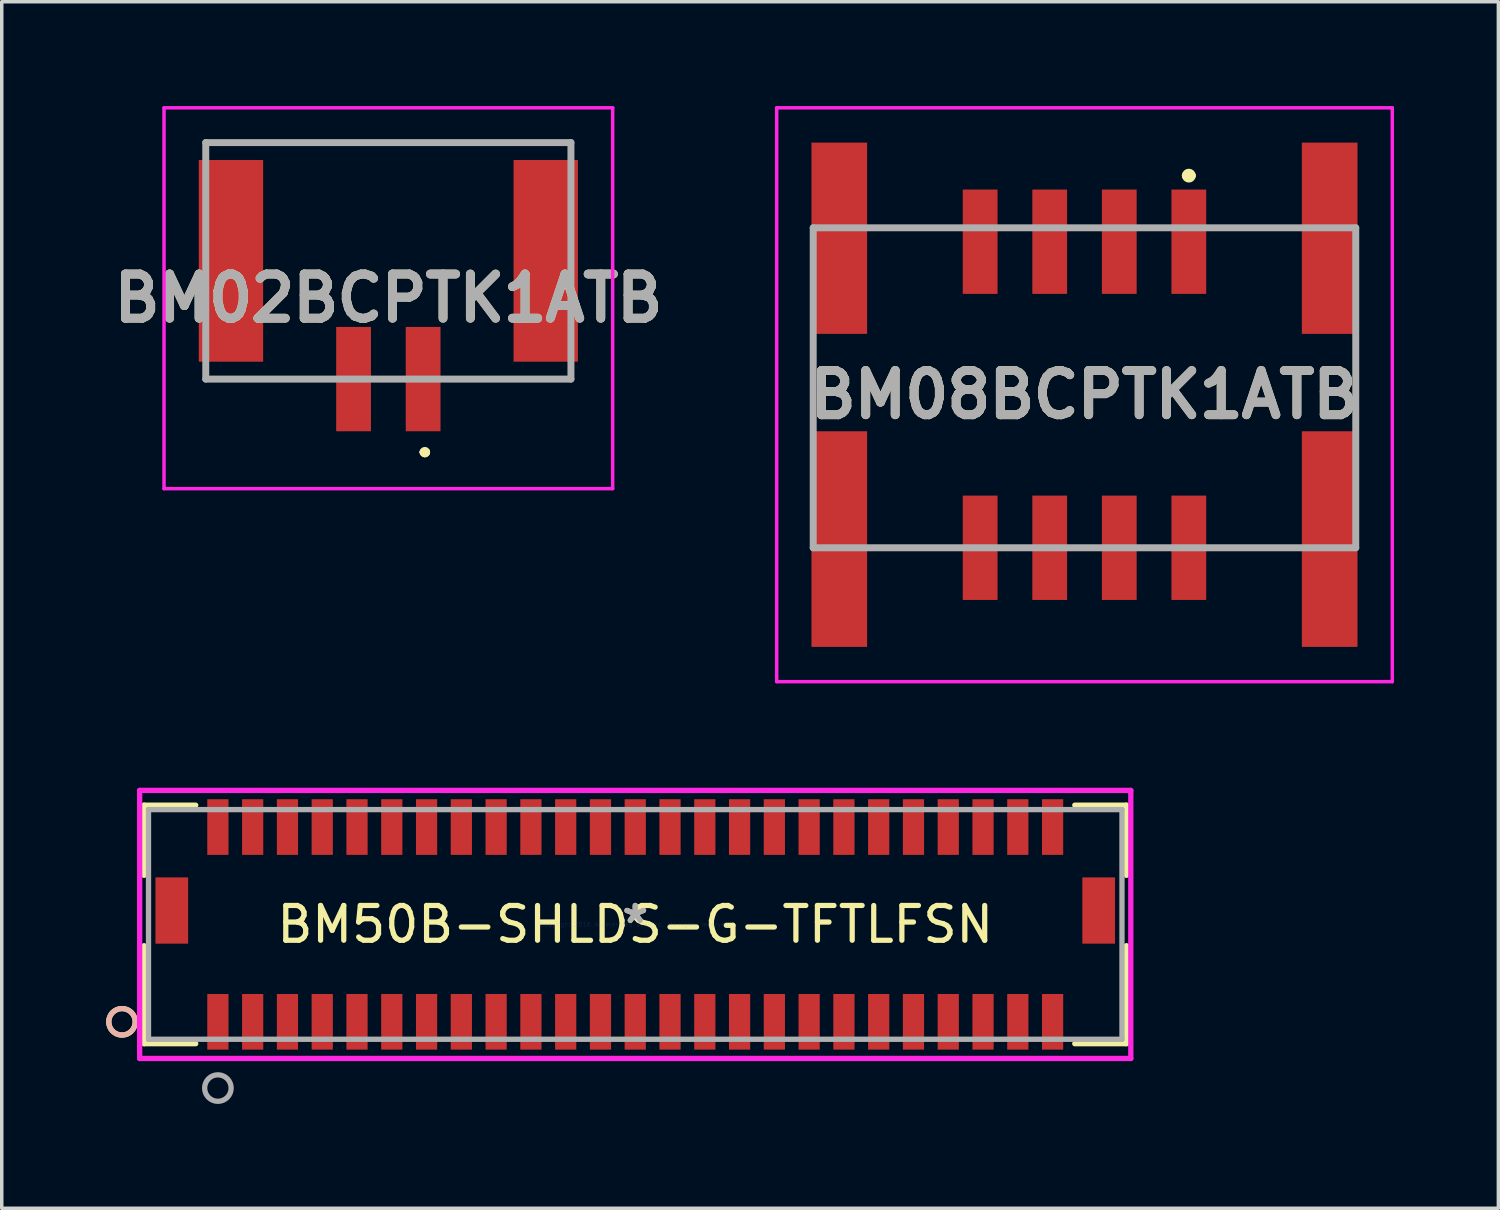
<source format=kicad_pcb>
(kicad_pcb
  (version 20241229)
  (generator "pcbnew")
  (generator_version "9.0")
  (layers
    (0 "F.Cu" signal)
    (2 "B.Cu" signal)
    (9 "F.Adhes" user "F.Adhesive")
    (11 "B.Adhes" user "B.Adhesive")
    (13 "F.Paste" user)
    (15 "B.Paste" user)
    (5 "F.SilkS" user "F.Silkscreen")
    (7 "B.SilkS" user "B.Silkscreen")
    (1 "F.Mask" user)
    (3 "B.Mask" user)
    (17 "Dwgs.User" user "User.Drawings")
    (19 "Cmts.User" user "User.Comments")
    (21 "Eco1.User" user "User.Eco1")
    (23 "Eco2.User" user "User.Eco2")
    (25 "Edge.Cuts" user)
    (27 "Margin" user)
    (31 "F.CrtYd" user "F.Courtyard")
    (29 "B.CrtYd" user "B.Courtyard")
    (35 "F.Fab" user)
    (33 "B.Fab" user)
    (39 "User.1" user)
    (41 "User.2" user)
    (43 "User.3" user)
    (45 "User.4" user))
  (footprint "BM02BCPTK1ATB"
    (layer "F.Cu")
    (at 8.116 4.45)
    (property "Reference" "BM02BCPTK1ATB" (at 0 1.075 0) (layer "F.SilkS") (effects (font (size 1.27 1.27) (thickness 0.254))))
    (attr smd)
    (fp_line (start -5.25 -3.4) (end -5.25 -3.4) (stroke (width 0.1) (type solid)) (layer "F.SilkS"))
    (fp_line (start -5.25 -3.4) (end 5.25 -3.4) (stroke (width 0.1) (type solid)) (layer "F.SilkS"))
    (fp_line (start -5.25 3.4) (end -5.25 3.4) (stroke (width 0.1) (type solid)) (layer "F.SilkS"))
    (fp_line (start -5.25 3.4) (end -2 3.4) (stroke (width 0.1) (type solid)) (layer "F.SilkS"))
    (fp_line (start -2 3.4) (end -5.25 3.4) (stroke (width 0.1) (type solid)) (layer "F.SilkS"))
    (fp_line (start -2 3.4) (end -2 3.4) (stroke (width 0.1) (type solid)) (layer "F.SilkS"))
    (fp_line (start 1 5.5) (end 1 5.5) (stroke (width 0.2) (type solid)) (layer "F.SilkS"))
    (fp_line (start 1 5.5) (end 1 5.5) (stroke (width 0.2) (type solid)) (layer "F.SilkS"))
    (fp_line (start 1.1 5.5) (end 1.1 5.5) (stroke (width 0.2) (type solid)) (layer "F.SilkS"))
    (fp_line (start 2 3.4) (end 2 3.4) (stroke (width 0.1) (type solid)) (layer "F.SilkS"))
    (fp_line (start 2 3.4) (end 5.25 3.4) (stroke (width 0.1) (type solid)) (layer "F.SilkS"))
    (fp_line (start 5.25 -3.4) (end -5.25 -3.4) (stroke (width 0.1) (type solid)) (layer "F.SilkS"))
    (fp_line (start 5.25 -3.4) (end 5.25 -3.4) (stroke (width 0.1) (type solid)) (layer "F.SilkS"))
    (fp_line (start 5.25 3.4) (end 2 3.4) (stroke (width 0.1) (type solid)) (layer "F.SilkS"))
    (fp_line (start 5.25 3.4) (end 5.25 3.4) (stroke (width 0.1) (type solid)) (layer "F.SilkS"))
    (fp_arc (start 1 5.5) (mid 1.05 5.45) (end 1.1 5.5) (stroke (width 0.2) (type solid)) (layer "F.SilkS"))
    (fp_arc (start 1.1 5.5) (mid 1.05 5.55) (end 1 5.5) (stroke (width 0.2) (type solid)) (layer "F.SilkS"))
    (fp_arc (start 1.1 5.5) (mid 1.05 5.55) (end 1 5.5) (stroke (width 0.2) (type solid)) (layer "F.SilkS"))
    (fp_line (start -6.45 -4.4) (end 6.45 -4.4) (stroke (width 0.1) (type solid)) (layer "F.CrtYd"))
    (fp_line (start -6.45 6.55) (end -6.45 -4.4) (stroke (width 0.1) (type solid)) (layer "F.CrtYd"))
    (fp_line (start 6.45 -4.4) (end 6.45 6.55) (stroke (width 0.1) (type solid)) (layer "F.CrtYd"))
    (fp_line (start 6.45 6.55) (end -6.45 6.55) (stroke (width 0.1) (type solid)) (layer "F.CrtYd"))
    (fp_line (start -5.25 -3.4) (end -5.25 3.4) (stroke (width 0.2) (type solid)) (layer "F.Fab"))
    (fp_line (start -5.25 3.4) (end 5.25 3.4) (stroke (width 0.2) (type solid)) (layer "F.Fab"))
    (fp_line (start 5.25 -3.4) (end -5.25 -3.4) (stroke (width 0.2) (type solid)) (layer "F.Fab"))
    (fp_line (start 5.25 3.4) (end 5.25 -3.4) (stroke (width 0.2) (type solid)) (layer "F.Fab"))
    (fp_text user "${REFERENCE}" (at 0 1.075 0) (layer "F.Fab") (effects (font (size 1.27 1.27) (thickness 0.254))))
    (pad "1" smd rect (at 1 3.4) (size 1 3) (layers "F.Cu" "F.Mask" "F.Paste"))
    (pad "2" smd rect (at -1 3.4) (size 1 3) (layers "F.Cu" "F.Mask" "F.Paste"))
    (pad "MP1" smd rect (at 4.525 0) (size 1.85 5.8) (layers "F.Cu" "F.Mask" "F.Paste"))
    (pad "MP2" smd rect (at -4.525 0) (size 1.85 5.8) (layers "F.Cu" "F.Mask" "F.Paste")))
  (footprint "BM08BCPTK1ATB"
    (layer "F.Cu")
    (at 28.132 8.3)
    (property "Reference" "BM08BCPTK1ATB" (at 0 0 0) (layer "F.SilkS") (effects (font (size 1.27 1.27) (thickness 0.254))))
    (attr smd)
    (fp_line (start -7.8 -1) (end -7.8 0.5) (stroke (width 0.1) (type solid)) (layer "F.SilkS"))
    (fp_line (start -6 -4.8) (end -4 -4.8) (stroke (width 0.1) (type solid)) (layer "F.SilkS"))
    (fp_line (start -6 4.4) (end -4 4.4) (stroke (width 0.1) (type solid)) (layer "F.SilkS"))
    (fp_line (start 2.9 -6.3) (end 2.9 -6.3) (stroke (width 0.2) (type solid)) (layer "F.SilkS"))
    (fp_line (start 3.1 -6.3) (end 3.1 -6.3) (stroke (width 0.2) (type solid)) (layer "F.SilkS"))
    (fp_line (start 4 -4.8) (end 6 -4.8) (stroke (width 0.1) (type solid)) (layer "F.SilkS"))
    (fp_line (start 4 4.4) (end 4 4.4) (stroke (width 0.1) (type solid)) (layer "F.SilkS"))
    (fp_line (start 4 4.4) (end 6 4.4) (stroke (width 0.1) (type solid)) (layer "F.SilkS"))
    (fp_line (start 7.8 -1) (end 7.8 0.5) (stroke (width 0.1) (type solid)) (layer "F.SilkS"))
    (fp_arc (start 2.9 -6.3) (mid 3 -6.4) (end 3.1 -6.3) (stroke (width 0.2) (type solid)) (layer "F.SilkS"))
    (fp_arc (start 3.1 -6.3) (mid 3 -6.2) (end 2.9 -6.3) (stroke (width 0.2) (type solid)) (layer "F.SilkS"))
    (fp_line (start -8.85 -8.25) (end 8.85 -8.25) (stroke (width 0.1) (type solid)) (layer "F.CrtYd"))
    (fp_line (start -8.85 8.25) (end -8.85 -8.25) (stroke (width 0.1) (type solid)) (layer "F.CrtYd"))
    (fp_line (start 8.85 -8.25) (end 8.85 8.25) (stroke (width 0.1) (type solid)) (layer "F.CrtYd"))
    (fp_line (start 8.85 8.25) (end -8.85 8.25) (stroke (width 0.1) (type solid)) (layer "F.CrtYd"))
    (fp_line (start -7.8 -4.8) (end 7.8 -4.8) (stroke (width 0.2) (type solid)) (layer "F.Fab"))
    (fp_line (start -7.8 4.4) (end -7.8 -4.8) (stroke (width 0.2) (type solid)) (layer "F.Fab"))
    (fp_line (start 7.8 -4.8) (end 7.8 4.4) (stroke (width 0.2) (type solid)) (layer "F.Fab"))
    (fp_line (start 7.8 4.4) (end -7.8 4.4) (stroke (width 0.2) (type solid)) (layer "F.Fab"))
    (fp_text user "${REFERENCE}" (at 0 0 0) (layer "F.Fab") (effects (font (size 1.27 1.27) (thickness 0.254))))
    (pad "1" smd rect (at 3 -4.4) (size 1 3) (layers "F.Cu" "F.Mask" "F.Paste"))
    (pad "2" smd rect (at 1 -4.4) (size 1 3) (layers "F.Cu" "F.Mask" "F.Paste"))
    (pad "3" smd rect (at -1 -4.4) (size 1 3) (layers "F.Cu" "F.Mask" "F.Paste"))
    (pad "4" smd rect (at -3 -4.4) (size 1 3) (layers "F.Cu" "F.Mask" "F.Paste"))
    (pad "5" smd rect (at 3 4.4) (size 1 3) (layers "F.Cu" "F.Mask" "F.Paste"))
    (pad "6" smd rect (at 1 4.4) (size 1 3) (layers "F.Cu" "F.Mask" "F.Paste"))
    (pad "7" smd rect (at -1 4.4) (size 1 3) (layers "F.Cu" "F.Mask" "F.Paste"))
    (pad "8" smd rect (at -3 4.4) (size 1 3) (layers "F.Cu" "F.Mask" "F.Paste"))
    (pad "9" smd rect (at -7.05 -4.5) (size 1.6 5.5) (layers "F.Cu" "F.Mask" "F.Paste"))
    (pad "10" smd rect (at -7.05 4.15) (size 1.6 6.2) (layers "F.Cu" "F.Mask" "F.Paste"))
    (pad "11" smd rect (at 7.05 -4.5) (size 1.6 5.5) (layers "F.Cu" "F.Mask" "F.Paste"))
    (pad "12" smd rect (at 7.05 4.15) (size 1.6 6.2) (layers "F.Cu" "F.Mask" "F.Paste")))
  (footprint "BM50B-SHLDS-G-TFTLFSN"
    (layer "F.Cu")
    (at 15.215 23.53)
    (property "Reference" "BM50B-SHLDS-G-TFTLFSN" (at 0 0 0) (layer "F.SilkS") (effects (font (size 1 1) (thickness 0.15))))
    (attr through_hole)
    (fp_line (start -14.122 -3.429) (end -14.122 -1.411) (stroke (width 0.152) (type solid)) (layer "F.SilkS"))
    (fp_line (start -14.122 0.611) (end -14.122 3.429) (stroke (width 0.152) (type solid)) (layer "F.SilkS"))
    (fp_line (start -14.122 3.429) (end -12.638 3.429) (stroke (width 0.152) (type solid)) (layer "F.SilkS"))
    (fp_line (start -12.638 -3.429) (end -14.122 -3.429) (stroke (width 0.152) (type solid)) (layer "F.SilkS"))
    (fp_line (start 12.638 3.429) (end 14.122 3.429) (stroke (width 0.152) (type solid)) (layer "F.SilkS"))
    (fp_line (start 14.122 -3.429) (end 12.638 -3.429) (stroke (width 0.152) (type solid)) (layer "F.SilkS"))
    (fp_line (start 14.122 -1.411) (end 14.122 -3.429) (stroke (width 0.152) (type solid)) (layer "F.SilkS"))
    (fp_line (start 14.122 3.429) (end 14.122 0.611) (stroke (width 0.152) (type solid)) (layer "F.SilkS"))
    (fp_circle (center -14.757 2.8) (end -14.376 2.8) (stroke (width 0.152) (type solid)) (fill no) (layer "F.SilkS"))
    (fp_circle (center -14.757 2.8) (end -14.376 2.8) (stroke (width 0.152) (type solid)) (fill no) (layer "B.SilkS"))
    (fp_line (start -14.249 -3.854) (end -14.249 3.854) (stroke (width 0.152) (type solid)) (layer "F.CrtYd"))
    (fp_line (start -14.249 3.854) (end 14.249 3.854) (stroke (width 0.152) (type solid)) (layer "F.CrtYd"))
    (fp_line (start 14.249 -3.854) (end -14.249 -3.854) (stroke (width 0.152) (type solid)) (layer "F.CrtYd"))
    (fp_line (start 14.249 3.854) (end 14.249 -3.854) (stroke (width 0.152) (type solid)) (layer "F.CrtYd"))
    (fp_line (start -13.995 -3.302) (end -13.995 3.302) (stroke (width 0.152) (type solid)) (layer "F.Fab"))
    (fp_line (start -13.995 3.302) (end 13.995 3.302) (stroke (width 0.152) (type solid)) (layer "F.Fab"))
    (fp_line (start 13.995 -3.302) (end -13.995 -3.302) (stroke (width 0.152) (type solid)) (layer "F.Fab"))
    (fp_line (start 13.995 3.302) (end 13.995 -3.302) (stroke (width 0.152) (type solid)) (layer "F.Fab"))
    (fp_circle (center -12 4.705) (end -11.619 4.705) (stroke (width 0.152) (type solid)) (fill no) (layer "F.Fab"))
    (fp_text user "*" (at 0 0 0) (layer "F.SilkS") (effects (font (size 1 1) (thickness 0.15))))
    (fp_text user "Copyright 2016 Accelerated Designs. All rights reserved." (at 0 0 0) (layer "Cmts.User") (effects (font (size 0.127 0.127) (thickness 0.002))))
    (fp_text user "*" (at 0 0 0) (layer "F.Fab") (effects (font (size 1 1) (thickness 0.15))))
    (pad "1" smd rect (at -12 2.8) (size 0.61 1.6) (layers "F.Cu" "F.Mask" "F.Paste"))
    (pad "2" smd rect (at -12 -2.8) (size 0.61 1.6) (layers "F.Cu" "F.Mask" "F.Paste"))
    (pad "3" smd rect (at -11 2.8) (size 0.61 1.6) (layers "F.Cu" "F.Mask" "F.Paste"))
    (pad "4" smd rect (at -11 -2.8) (size 0.61 1.6) (layers "F.Cu" "F.Mask" "F.Paste"))
    (pad "5" smd rect (at -10 2.8) (size 0.61 1.6) (layers "F.Cu" "F.Mask" "F.Paste"))
    (pad "6" smd rect (at -10 -2.8) (size 0.61 1.6) (layers "F.Cu" "F.Mask" "F.Paste"))
    (pad "7" smd rect (at -9 2.8) (size 0.61 1.6) (layers "F.Cu" "F.Mask" "F.Paste"))
    (pad "8" smd rect (at -9 -2.8) (size 0.61 1.6) (layers "F.Cu" "F.Mask" "F.Paste"))
    (pad "9" smd rect (at -8 2.8) (size 0.61 1.6) (layers "F.Cu" "F.Mask" "F.Paste"))
    (pad "10" smd rect (at -8 -2.8) (size 0.61 1.6) (layers "F.Cu" "F.Mask" "F.Paste"))
    (pad "11" smd rect (at -7 2.8) (size 0.61 1.6) (layers "F.Cu" "F.Mask" "F.Paste"))
    (pad "12" smd rect (at -7 -2.8) (size 0.61 1.6) (layers "F.Cu" "F.Mask" "F.Paste"))
    (pad "13" smd rect (at -6 2.8) (size 0.61 1.6) (layers "F.Cu" "F.Mask" "F.Paste"))
    (pad "14" smd rect (at -6 -2.8) (size 0.61 1.6) (layers "F.Cu" "F.Mask" "F.Paste"))
    (pad "15" smd rect (at -5 2.8) (size 0.61 1.6) (layers "F.Cu" "F.Mask" "F.Paste"))
    (pad "16" smd rect (at -5 -2.8) (size 0.61 1.6) (layers "F.Cu" "F.Mask" "F.Paste"))
    (pad "17" smd rect (at -4 2.8) (size 0.61 1.6) (layers "F.Cu" "F.Mask" "F.Paste"))
    (pad "18" smd rect (at -4 -2.8) (size 0.61 1.6) (layers "F.Cu" "F.Mask" "F.Paste"))
    (pad "19" smd rect (at -3 2.8) (size 0.61 1.6) (layers "F.Cu" "F.Mask" "F.Paste"))
    (pad "20" smd rect (at -3 -2.8) (size 0.61 1.6) (layers "F.Cu" "F.Mask" "F.Paste"))
    (pad "21" smd rect (at -2 2.8) (size 0.61 1.6) (layers "F.Cu" "F.Mask" "F.Paste"))
    (pad "22" smd rect (at -2 -2.8) (size 0.61 1.6) (layers "F.Cu" "F.Mask" "F.Paste"))
    (pad "23" smd rect (at -1 2.8) (size 0.61 1.6) (layers "F.Cu" "F.Mask" "F.Paste"))
    (pad "24" smd rect (at -1 -2.8) (size 0.61 1.6) (layers "F.Cu" "F.Mask" "F.Paste"))
    (pad "25" smd rect (at 0 2.8) (size 0.61 1.6) (layers "F.Cu" "F.Mask" "F.Paste"))
    (pad "26" smd rect (at 0 -2.8) (size 0.61 1.6) (layers "F.Cu" "F.Mask" "F.Paste"))
    (pad "27" smd rect (at 1 2.8) (size 0.61 1.6) (layers "F.Cu" "F.Mask" "F.Paste"))
    (pad "28" smd rect (at 1 -2.8) (size 0.61 1.6) (layers "F.Cu" "F.Mask" "F.Paste"))
    (pad "29" smd rect (at 2 2.8) (size 0.61 1.6) (layers "F.Cu" "F.Mask" "F.Paste"))
    (pad "30" smd rect (at 2 -2.8) (size 0.61 1.6) (layers "F.Cu" "F.Mask" "F.Paste"))
    (pad "31" smd rect (at 3 2.8) (size 0.61 1.6) (layers "F.Cu" "F.Mask" "F.Paste"))
    (pad "32" smd rect (at 3 -2.8) (size 0.61 1.6) (layers "F.Cu" "F.Mask" "F.Paste"))
    (pad "33" smd rect (at 4 2.8) (size 0.61 1.6) (layers "F.Cu" "F.Mask" "F.Paste"))
    (pad "34" smd rect (at 4 -2.8) (size 0.61 1.6) (layers "F.Cu" "F.Mask" "F.Paste"))
    (pad "35" smd rect (at 5 2.8) (size 0.61 1.6) (layers "F.Cu" "F.Mask" "F.Paste"))
    (pad "36" smd rect (at 5 -2.8) (size 0.61 1.6) (layers "F.Cu" "F.Mask" "F.Paste"))
    (pad "37" smd rect (at 6 2.8) (size 0.61 1.6) (layers "F.Cu" "F.Mask" "F.Paste"))
    (pad "38" smd rect (at 6 -2.8) (size 0.61 1.6) (layers "F.Cu" "F.Mask" "F.Paste"))
    (pad "39" smd rect (at 7 2.8) (size 0.61 1.6) (layers "F.Cu" "F.Mask" "F.Paste"))
    (pad "40" smd rect (at 7 -2.8) (size 0.61 1.6) (layers "F.Cu" "F.Mask" "F.Paste"))
    (pad "41" smd rect (at 8 2.8) (size 0.61 1.6) (layers "F.Cu" "F.Mask" "F.Paste"))
    (pad "42" smd rect (at 8 -2.8) (size 0.61 1.6) (layers "F.Cu" "F.Mask" "F.Paste"))
    (pad "43" smd rect (at 9 2.8) (size 0.61 1.6) (layers "F.Cu" "F.Mask" "F.Paste"))
    (pad "44" smd rect (at 9 -2.8) (size 0.61 1.6) (layers "F.Cu" "F.Mask" "F.Paste"))
    (pad "45" smd rect (at 10 2.8) (size 0.61 1.6) (layers "F.Cu" "F.Mask" "F.Paste"))
    (pad "46" smd rect (at 10 -2.8) (size 0.61 1.6) (layers "F.Cu" "F.Mask" "F.Paste"))
    (pad "47" smd rect (at 11 2.8) (size 0.61 1.6) (layers "F.Cu" "F.Mask" "F.Paste"))
    (pad "48" smd rect (at 11 -2.8) (size 0.61 1.6) (layers "F.Cu" "F.Mask" "F.Paste"))
    (pad "49" smd rect (at 12 2.8) (size 0.61 1.6) (layers "F.Cu" "F.Mask" "F.Paste"))
    (pad "50" smd rect (at 12 -2.8) (size 0.61 1.6) (layers "F.Cu" "F.Mask" "F.Paste"))
    (pad "51" smd rect (at -13.325 -0.4) (size 0.94 1.905) (layers "F.Cu" "F.Mask" "F.Paste"))
    (pad "52" smd rect (at 13.325 -0.4) (size 0.94 1.905) (layers "F.Cu" "F.Mask" "F.Paste")))
  (gr_rect
    (start -3 -3)
    (end 40.032 31.692)
    (stroke (width 0.1) (type default))
    (fill no)
    (layer "Edge.Cuts")))
</source>
